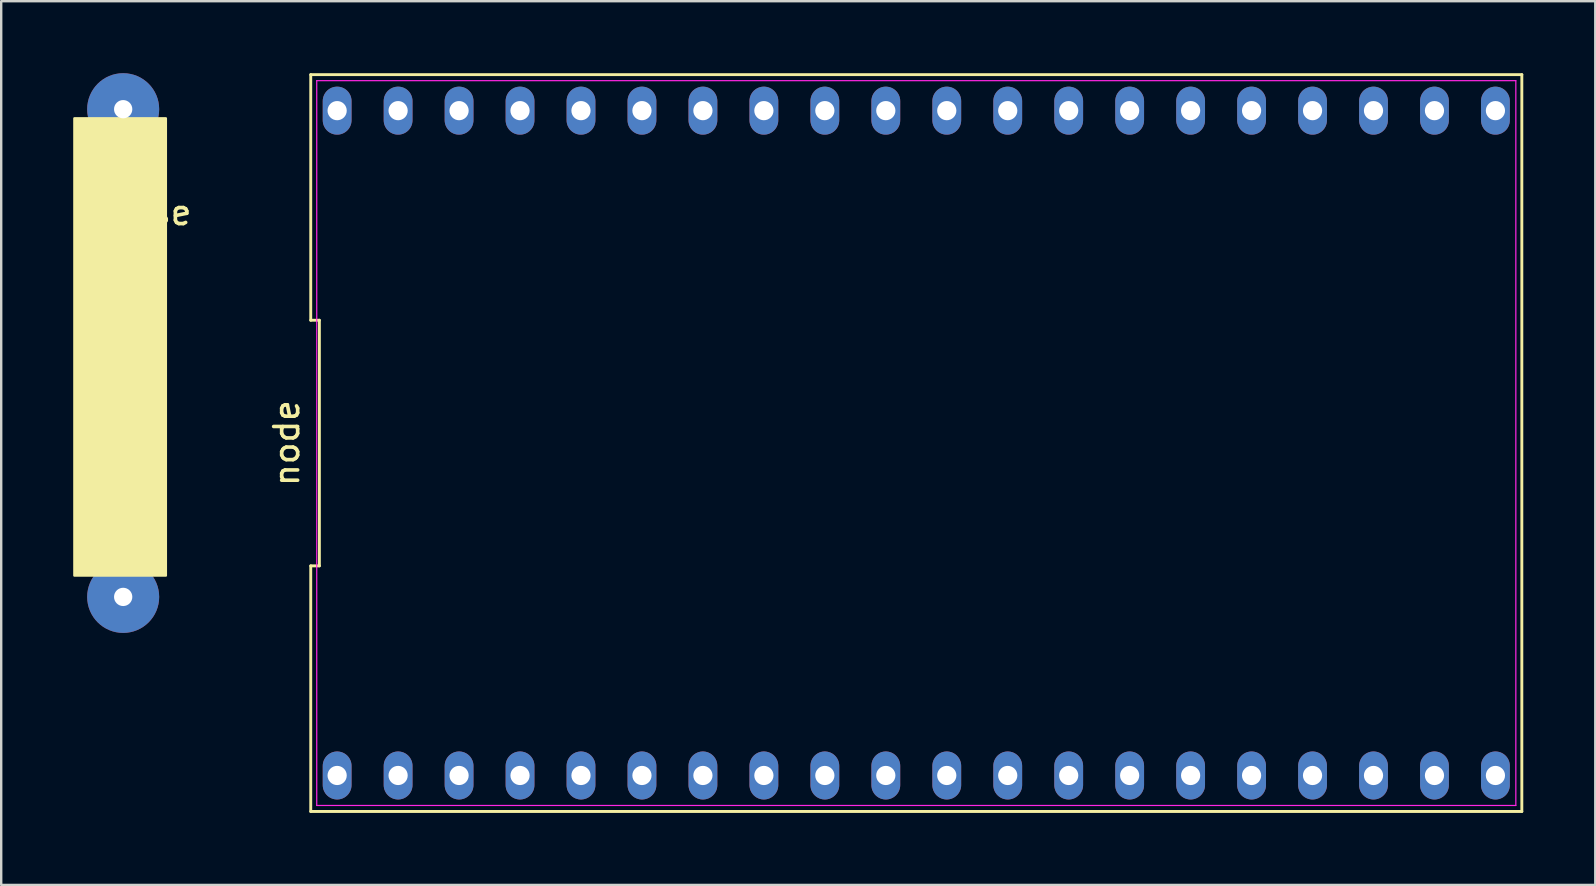
<source format=kicad_pcb>
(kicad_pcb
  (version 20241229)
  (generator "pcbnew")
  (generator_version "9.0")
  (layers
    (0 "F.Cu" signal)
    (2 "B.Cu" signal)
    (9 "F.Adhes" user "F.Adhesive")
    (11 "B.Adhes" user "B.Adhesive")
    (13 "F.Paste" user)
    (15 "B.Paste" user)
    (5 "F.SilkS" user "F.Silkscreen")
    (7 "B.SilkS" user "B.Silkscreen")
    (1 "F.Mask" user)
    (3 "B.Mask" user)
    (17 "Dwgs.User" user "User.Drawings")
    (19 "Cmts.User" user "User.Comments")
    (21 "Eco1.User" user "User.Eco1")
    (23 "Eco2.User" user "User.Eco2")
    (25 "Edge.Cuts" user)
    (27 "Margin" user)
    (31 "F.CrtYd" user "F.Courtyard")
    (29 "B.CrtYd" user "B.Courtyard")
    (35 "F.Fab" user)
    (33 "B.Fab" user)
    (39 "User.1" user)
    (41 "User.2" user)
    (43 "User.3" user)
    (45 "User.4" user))
  (footprint "fuse"
    (layer "F.Cu")
    (at 3.352 5.31)
    (property "Reference" "fuse" (at 0 0.5 0) (layer "F.SilkS") (effects (font (size 1 1) (thickness 0.15))))
    (attr through_hole)
    (fp_poly (pts (xy 0.508 15.621) (xy -3.302 15.621) (xy -3.302 -3.429) (xy 0.508 -3.429)) (stroke (width 0.1) (type solid)) (fill yes) (layer "F.SilkS"))
    (pad "1" thru_hole circle (at -1.27 -3.81) (size 3 3) (drill 0.762) (layers "*.Cu" "*.Mask"))
    (pad "2" thru_hole circle (at -1.27 16.51) (size 3 3) (drill 0.762) (layers "*.Cu" "*.Mask")))
  (footprint "node"
    (layer "F.Cu")
    (at 35.127 15.41)
    (property "Reference" "node" (at -26.23 0 90) (layer "F.SilkS") (effects (font (size 1 1) (thickness 0.15))))
    (attr through_hole)
    (fp_line (start -25.23 -15.35) (end -25.23 -5.117) (stroke (width 0.12) (type solid)) (layer "F.SilkS"))
    (fp_line (start -25.23 -5.117) (end -24.87 -5.117) (stroke (width 0.12) (type solid)) (layer "F.SilkS"))
    (fp_line (start -25.23 5.117) (end -25.23 15.35) (stroke (width 0.12) (type solid)) (layer "F.SilkS"))
    (fp_line (start -25.23 15.35) (end 25.23 15.35) (stroke (width 0.12) (type solid)) (layer "F.SilkS"))
    (fp_line (start -24.87 -5.117) (end -24.87 5.117) (stroke (width 0.12) (type solid)) (layer "F.SilkS"))
    (fp_line (start -24.87 5.117) (end -25.23 5.117) (stroke (width 0.12) (type solid)) (layer "F.SilkS"))
    (fp_line (start 25.23 -15.35) (end -25.23 -15.35) (stroke (width 0.12) (type solid)) (layer "F.SilkS"))
    (fp_line (start 25.23 15.35) (end 25.23 -15.35) (stroke (width 0.12) (type solid)) (layer "F.SilkS"))
    (fp_line (start -24.98 -15.1) (end 24.98 -15.1) (stroke (width 0.05) (type solid)) (layer "F.CrtYd"))
    (fp_line (start -24.98 15.1) (end -24.98 -15.1) (stroke (width 0.05) (type solid)) (layer "F.CrtYd"))
    (fp_line (start 24.98 -15.1) (end 24.98 15.1) (stroke (width 0.05) (type solid)) (layer "F.CrtYd"))
    (fp_line (start 24.98 15.1) (end -24.98 15.1) (stroke (width 0.05) (type solid)) (layer "F.CrtYd"))
    (pad "1" thru_hole oval (at -24.13 13.85) (size 1.2 2) (drill 0.8) (layers "*.Cu" "*.Mask"))
    (pad "2" thru_hole oval (at -21.59 13.85) (size 1.2 2) (drill 0.8) (layers "*.Cu" "*.Mask"))
    (pad "3" thru_hole oval (at -19.05 13.85) (size 1.2 2) (drill 0.8) (layers "*.Cu" "*.Mask"))
    (pad "4" thru_hole oval (at -16.51 13.85) (size 1.2 2) (drill 0.8) (layers "*.Cu" "*.Mask"))
    (pad "5" thru_hole oval (at -13.97 13.85) (size 1.2 2) (drill 0.8) (layers "*.Cu" "*.Mask"))
    (pad "6" thru_hole oval (at -11.43 13.85) (size 1.2 2) (drill 0.8) (layers "*.Cu" "*.Mask"))
    (pad "7" thru_hole oval (at -8.89 13.85) (size 1.2 2) (drill 0.8) (layers "*.Cu" "*.Mask"))
    (pad "8" thru_hole oval (at -6.35 13.85) (size 1.2 2) (drill 0.8) (layers "*.Cu" "*.Mask"))
    (pad "9" thru_hole oval (at -3.81 13.85) (size 1.2 2) (drill 0.8) (layers "*.Cu" "*.Mask"))
    (pad "10" thru_hole oval (at -1.27 13.85) (size 1.2 2) (drill 0.8) (layers "*.Cu" "*.Mask"))
    (pad "11" thru_hole oval (at 1.27 13.85) (size 1.2 2) (drill 0.8) (layers "*.Cu" "*.Mask"))
    (pad "12" thru_hole oval (at 3.81 13.85) (size 1.2 2) (drill 0.8) (layers "*.Cu" "*.Mask"))
    (pad "13" thru_hole oval (at 6.35 13.85) (size 1.2 2) (drill 0.8) (layers "*.Cu" "*.Mask"))
    (pad "14" thru_hole oval (at 8.89 13.85) (size 1.2 2) (drill 0.8) (layers "*.Cu" "*.Mask"))
    (pad "15" thru_hole oval (at 11.43 13.85) (size 1.2 2) (drill 0.8) (layers "*.Cu" "*.Mask"))
    (pad "16" thru_hole oval (at 13.97 13.85) (size 1.2 2) (drill 0.8) (layers "*.Cu" "*.Mask"))
    (pad "17" thru_hole oval (at 16.51 13.85) (size 1.2 2) (drill 0.8) (layers "*.Cu" "*.Mask"))
    (pad "18" thru_hole oval (at 19.05 13.85) (size 1.2 2) (drill 0.8) (layers "*.Cu" "*.Mask"))
    (pad "19" thru_hole oval (at 21.59 13.85) (size 1.2 2) (drill 0.8) (layers "*.Cu" "*.Mask"))
    (pad "20" thru_hole oval (at 24.13 13.85) (size 1.2 2) (drill 0.8) (layers "*.Cu" "*.Mask"))
    (pad "21" thru_hole oval (at 24.13 -13.85) (size 1.2 2) (drill 0.8) (layers "*.Cu" "*.Mask"))
    (pad "22" thru_hole oval (at 21.59 -13.85) (size 1.2 2) (drill 0.8) (layers "*.Cu" "*.Mask"))
    (pad "23" thru_hole oval (at 19.05 -13.85) (size 1.2 2) (drill 0.8) (layers "*.Cu" "*.Mask"))
    (pad "24" thru_hole oval (at 16.51 -13.85) (size 1.2 2) (drill 0.8) (layers "*.Cu" "*.Mask"))
    (pad "25" thru_hole oval (at 13.97 -13.85) (size 1.2 2) (drill 0.8) (layers "*.Cu" "*.Mask"))
    (pad "26" thru_hole oval (at 11.43 -13.85) (size 1.2 2) (drill 0.8) (layers "*.Cu" "*.Mask"))
    (pad "27" thru_hole oval (at 8.89 -13.85) (size 1.2 2) (drill 0.8) (layers "*.Cu" "*.Mask"))
    (pad "28" thru_hole oval (at 6.35 -13.85) (size 1.2 2) (drill 0.8) (layers "*.Cu" "*.Mask"))
    (pad "29" thru_hole oval (at 3.81 -13.85) (size 1.2 2) (drill 0.8) (layers "*.Cu" "*.Mask"))
    (pad "30" thru_hole oval (at 1.27 -13.85) (size 1.2 2) (drill 0.8) (layers "*.Cu" "*.Mask"))
    (pad "31" thru_hole oval (at -1.27 -13.85) (size 1.2 2) (drill 0.8) (layers "*.Cu" "*.Mask"))
    (pad "32" thru_hole oval (at -3.81 -13.85) (size 1.2 2) (drill 0.8) (layers "*.Cu" "*.Mask"))
    (pad "33" thru_hole oval (at -6.35 -13.85) (size 1.2 2) (drill 0.8) (layers "*.Cu" "*.Mask"))
    (pad "34" thru_hole oval (at -8.89 -13.85) (size 1.2 2) (drill 0.8) (layers "*.Cu" "*.Mask"))
    (pad "35" thru_hole oval (at -11.43 -13.85) (size 1.2 2) (drill 0.8) (layers "*.Cu" "*.Mask"))
    (pad "36" thru_hole oval (at -13.97 -13.85) (size 1.2 2) (drill 0.8) (layers "*.Cu" "*.Mask"))
    (pad "37" thru_hole oval (at -16.51 -13.85) (size 1.2 2) (drill 0.8) (layers "*.Cu" "*.Mask"))
    (pad "38" thru_hole oval (at -19.05 -13.85) (size 1.2 2) (drill 0.8) (layers "*.Cu" "*.Mask"))
    (pad "39" thru_hole oval (at -21.59 -13.85) (size 1.2 2) (drill 0.8) (layers "*.Cu" "*.Mask"))
    (pad "40" thru_hole oval (at -24.13 -13.85) (size 1.2 2) (drill 0.8) (layers "*.Cu" "*.Mask")))
  (gr_rect
    (start -3 -3)
    (end 63.417 33.82)
    (stroke (width 0.1) (type default))
    (fill no)
    (layer "Edge.Cuts")))
</source>
